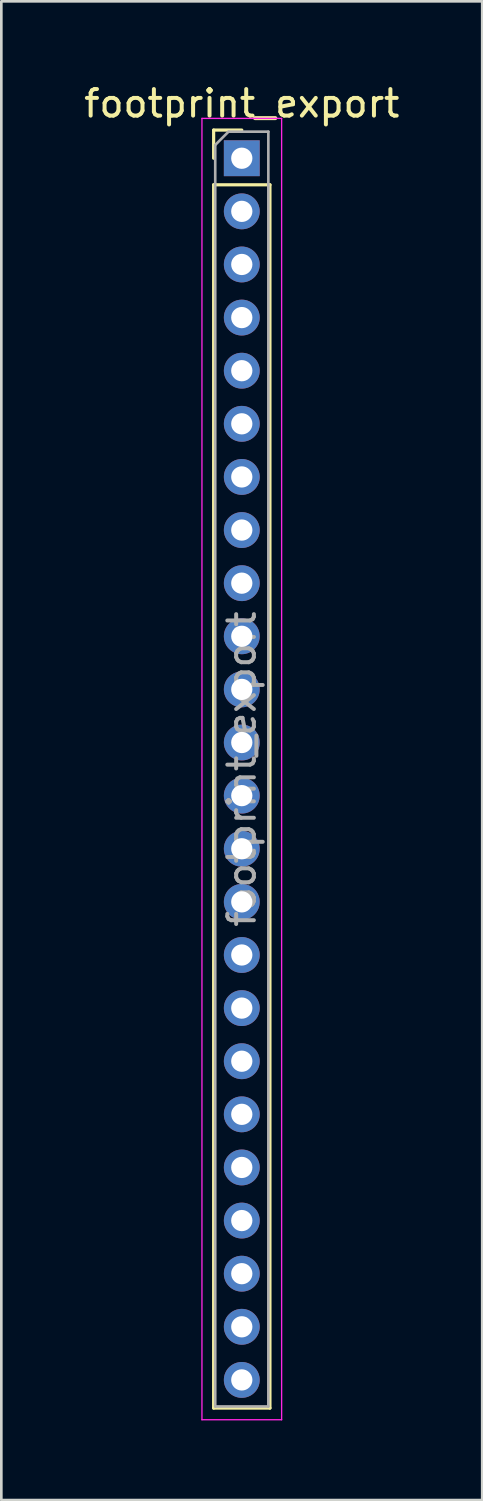
<source format=kicad_pcb>
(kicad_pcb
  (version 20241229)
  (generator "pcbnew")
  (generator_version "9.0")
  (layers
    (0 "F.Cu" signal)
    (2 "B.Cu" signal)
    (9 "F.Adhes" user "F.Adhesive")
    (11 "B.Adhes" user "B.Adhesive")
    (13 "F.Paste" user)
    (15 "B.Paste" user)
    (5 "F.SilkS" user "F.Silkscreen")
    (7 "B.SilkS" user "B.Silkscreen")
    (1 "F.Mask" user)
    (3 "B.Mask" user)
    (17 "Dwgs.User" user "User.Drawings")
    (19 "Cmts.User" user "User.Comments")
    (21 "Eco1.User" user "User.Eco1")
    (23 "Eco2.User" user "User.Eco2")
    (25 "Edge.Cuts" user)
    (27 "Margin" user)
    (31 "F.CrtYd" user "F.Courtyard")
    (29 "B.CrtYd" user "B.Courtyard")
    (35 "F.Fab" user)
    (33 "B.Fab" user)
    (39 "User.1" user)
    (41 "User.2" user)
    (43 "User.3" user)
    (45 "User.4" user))
  (footprint "footprint_export"
    (layer "F.Cu")
    (at 6.054 2.908)
    (property "Reference" "footprint_export" (at 0 -2.06 0) (layer "F.SilkS") (effects (font (size 1 1) (thickness 0.15))))
    (attr through_hole)
    (fp_line (start -1.06 -1.06) (end 0 -1.06) (stroke (width 0.12) (type solid)) (layer "F.SilkS"))
    (fp_line (start -1.06 0) (end -1.06 -1.06) (stroke (width 0.12) (type solid)) (layer "F.SilkS"))
    (fp_line (start -1.06 1) (end -1.06 47.06) (stroke (width 0.12) (type solid)) (layer "F.SilkS"))
    (fp_line (start -1.06 1) (end 1.06 1) (stroke (width 0.12) (type solid)) (layer "F.SilkS"))
    (fp_line (start -1.06 47.06) (end 1.06 47.06) (stroke (width 0.12) (type solid)) (layer "F.SilkS"))
    (fp_line (start 1.06 1) (end 1.06 47.06) (stroke (width 0.12) (type solid)) (layer "F.SilkS"))
    (fp_line (start -1.5 -1.5) (end -1.5 47.5) (stroke (width 0.05) (type solid)) (layer "F.CrtYd"))
    (fp_line (start -1.5 47.5) (end 1.5 47.5) (stroke (width 0.05) (type solid)) (layer "F.CrtYd"))
    (fp_line (start 1.5 -1.5) (end -1.5 -1.5) (stroke (width 0.05) (type solid)) (layer "F.CrtYd"))
    (fp_line (start 1.5 47.5) (end 1.5 -1.5) (stroke (width 0.05) (type solid)) (layer "F.CrtYd"))
    (fp_line (start -1 -0.5) (end -0.5 -1) (stroke (width 0.1) (type solid)) (layer "F.Fab"))
    (fp_line (start -1 47) (end -1 -0.5) (stroke (width 0.1) (type solid)) (layer "F.Fab"))
    (fp_line (start -0.5 -1) (end 1 -1) (stroke (width 0.1) (type solid)) (layer "F.Fab"))
    (fp_line (start 1 -1) (end 1 47) (stroke (width 0.1) (type solid)) (layer "F.Fab"))
    (fp_line (start 1 47) (end -1 47) (stroke (width 0.1) (type solid)) (layer "F.Fab"))
    (fp_text user "${REFERENCE}" (at 0 23 90) (layer "F.Fab") (effects (font (size 1 1) (thickness 0.15))))
    (pad "1" thru_hole rect (at 0 0) (size 1.35 1.35) (drill 0.8) (layers "*.Cu" "*.Mask"))
    (pad "2" thru_hole oval (at 0 2) (size 1.35 1.35) (drill 0.8) (layers "*.Cu" "*.Mask"))
    (pad "3" thru_hole oval (at 0 4) (size 1.35 1.35) (drill 0.8) (layers "*.Cu" "*.Mask"))
    (pad "4" thru_hole oval (at 0 6) (size 1.35 1.35) (drill 0.8) (layers "*.Cu" "*.Mask"))
    (pad "5" thru_hole oval (at 0 8) (size 1.35 1.35) (drill 0.8) (layers "*.Cu" "*.Mask"))
    (pad "6" thru_hole oval (at 0 10) (size 1.35 1.35) (drill 0.8) (layers "*.Cu" "*.Mask"))
    (pad "7" thru_hole oval (at 0 12) (size 1.35 1.35) (drill 0.8) (layers "*.Cu" "*.Mask"))
    (pad "8" thru_hole oval (at 0 14) (size 1.35 1.35) (drill 0.8) (layers "*.Cu" "*.Mask"))
    (pad "9" thru_hole oval (at 0 16) (size 1.35 1.35) (drill 0.8) (layers "*.Cu" "*.Mask"))
    (pad "10" thru_hole oval (at 0 18) (size 1.35 1.35) (drill 0.8) (layers "*.Cu" "*.Mask"))
    (pad "11" thru_hole oval (at 0 20) (size 1.35 1.35) (drill 0.8) (layers "*.Cu" "*.Mask"))
    (pad "12" thru_hole oval (at 0 22) (size 1.35 1.35) (drill 0.8) (layers "*.Cu" "*.Mask"))
    (pad "13" thru_hole oval (at 0 24) (size 1.35 1.35) (drill 0.8) (layers "*.Cu" "*.Mask"))
    (pad "14" thru_hole oval (at 0 26) (size 1.35 1.35) (drill 0.8) (layers "*.Cu" "*.Mask"))
    (pad "15" thru_hole oval (at 0 28) (size 1.35 1.35) (drill 0.8) (layers "*.Cu" "*.Mask"))
    (pad "16" thru_hole oval (at 0 30) (size 1.35 1.35) (drill 0.8) (layers "*.Cu" "*.Mask"))
    (pad "17" thru_hole oval (at 0 32) (size 1.35 1.35) (drill 0.8) (layers "*.Cu" "*.Mask"))
    (pad "18" thru_hole oval (at 0 34) (size 1.35 1.35) (drill 0.8) (layers "*.Cu" "*.Mask"))
    (pad "19" thru_hole oval (at 0 36) (size 1.35 1.35) (drill 0.8) (layers "*.Cu" "*.Mask"))
    (pad "20" thru_hole oval (at 0 38) (size 1.35 1.35) (drill 0.8) (layers "*.Cu" "*.Mask"))
    (pad "21" thru_hole oval (at 0 40) (size 1.35 1.35) (drill 0.8) (layers "*.Cu" "*.Mask"))
    (pad "22" thru_hole oval (at 0 42) (size 1.35 1.35) (drill 0.8) (layers "*.Cu" "*.Mask"))
    (pad "23" thru_hole oval (at 0 44) (size 1.35 1.35) (drill 0.8) (layers "*.Cu" "*.Mask"))
    (pad "24" thru_hole oval (at 0 46) (size 1.35 1.35) (drill 0.8) (layers "*.Cu" "*.Mask")))
  (gr_rect
    (start -3 -3)
    (end 15.107 53.433)
    (stroke (width 0.1) (type default))
    (fill no)
    (layer "Edge.Cuts")))
</source>
